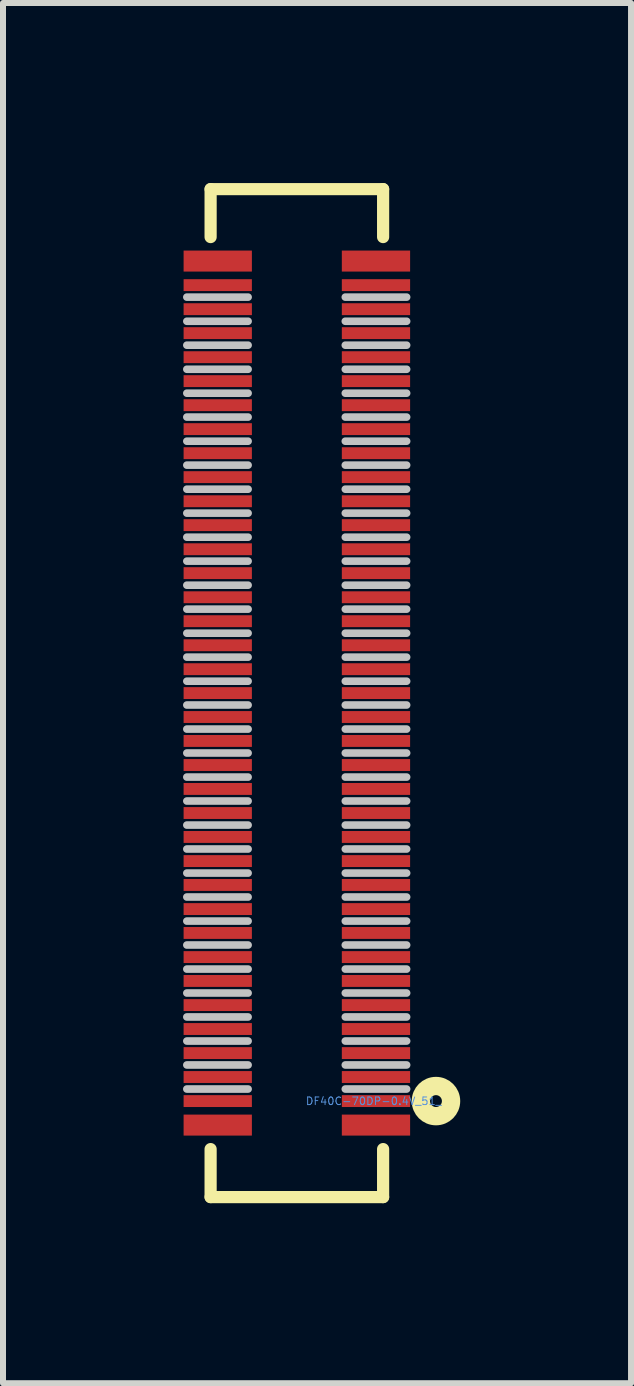
<source format=kicad_pcb>
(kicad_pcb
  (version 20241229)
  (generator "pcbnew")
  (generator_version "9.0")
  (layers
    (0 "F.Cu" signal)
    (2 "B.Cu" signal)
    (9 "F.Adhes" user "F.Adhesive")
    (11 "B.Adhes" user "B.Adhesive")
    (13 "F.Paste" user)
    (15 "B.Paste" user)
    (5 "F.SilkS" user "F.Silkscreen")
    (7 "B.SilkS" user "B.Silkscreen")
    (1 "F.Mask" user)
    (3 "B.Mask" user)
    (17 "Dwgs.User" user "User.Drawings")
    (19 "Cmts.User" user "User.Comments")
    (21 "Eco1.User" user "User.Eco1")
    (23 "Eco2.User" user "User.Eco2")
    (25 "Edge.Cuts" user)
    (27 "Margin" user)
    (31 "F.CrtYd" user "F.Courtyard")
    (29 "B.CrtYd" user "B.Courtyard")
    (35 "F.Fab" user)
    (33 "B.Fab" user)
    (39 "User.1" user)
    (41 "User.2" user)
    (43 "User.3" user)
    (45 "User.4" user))
  (footprint "DF40C-70DP-0.4V_51_"
    (layer "F.Cu")
    (at 3.216 15.301)
    (property "Reference" "DF40C-70DP-0.4V_51_" (at -0.038 0.00042 0) (layer "Cmts.User") (effects (font (size 0.127 0.127) (thickness 0.000001))))
    (attr through_hole)
    (fp_line (start -2.756 -15.199) (end -2.756 -14.4) (stroke (width 0.203) (type solid)) (layer "F.SilkS"))
    (fp_line (start -2.756 -15.199) (end 0.119 -15.199) (stroke (width 0.203) (type solid)) (layer "F.SilkS"))
    (fp_line (start -2.756 0.8) (end -2.756 1.6) (stroke (width 0.203) (type solid)) (layer "F.SilkS"))
    (fp_line (start 0.119 -15.199) (end 0.119 -14.4) (stroke (width 0.203) (type solid)) (layer "F.SilkS"))
    (fp_line (start 0.119 0.8) (end 0.119 1.6) (stroke (width 0.203) (type solid)) (layer "F.SilkS"))
    (fp_line (start 0.119 1.6) (end -2.756 1.6) (stroke (width 0.203) (type solid)) (layer "F.SilkS"))
    (fp_circle (center 1 0) (end 1 0.099) (stroke (width 0.305) (type solid)) (fill no) (layer "F.SilkS"))
    (fp_line (start -3.152 -13.399) (end -2.131 -13.399) (stroke (width 0.127) (type solid)) (layer "Dwgs.User"))
    (fp_line (start -3.152 -12.997) (end -2.131 -12.997) (stroke (width 0.127) (type solid)) (layer "Dwgs.User"))
    (fp_line (start -3.152 -12.598) (end -2.131 -12.598) (stroke (width 0.127) (type solid)) (layer "Dwgs.User"))
    (fp_line (start -3.152 -12.197) (end -2.131 -12.197) (stroke (width 0.127) (type solid)) (layer "Dwgs.User"))
    (fp_line (start -3.152 -11.798) (end -2.131 -11.798) (stroke (width 0.127) (type solid)) (layer "Dwgs.User"))
    (fp_line (start -3.152 -11.4) (end -2.131 -11.4) (stroke (width 0.127) (type solid)) (layer "Dwgs.User"))
    (fp_line (start -3.152 -10.998) (end -2.131 -10.998) (stroke (width 0.127) (type solid)) (layer "Dwgs.User"))
    (fp_line (start -3.152 -10.599) (end -2.131 -10.599) (stroke (width 0.127) (type solid)) (layer "Dwgs.User"))
    (fp_line (start -3.152 -10.198) (end -2.131 -10.198) (stroke (width 0.127) (type solid)) (layer "Dwgs.User"))
    (fp_line (start -3.152 -9.799) (end -2.131 -9.799) (stroke (width 0.127) (type solid)) (layer "Dwgs.User"))
    (fp_line (start -3.152 -9.398) (end -2.131 -9.398) (stroke (width 0.127) (type solid)) (layer "Dwgs.User"))
    (fp_line (start -3.152 -8.999) (end -2.131 -8.999) (stroke (width 0.127) (type solid)) (layer "Dwgs.User"))
    (fp_line (start -3.152 -8.598) (end -2.131 -8.598) (stroke (width 0.127) (type solid)) (layer "Dwgs.User"))
    (fp_line (start -3.152 -8.199) (end -2.131 -8.199) (stroke (width 0.127) (type solid)) (layer "Dwgs.User"))
    (fp_line (start -3.152 -7.798) (end -2.131 -7.798) (stroke (width 0.127) (type solid)) (layer "Dwgs.User"))
    (fp_line (start -3.152 -7.399) (end -2.131 -7.399) (stroke (width 0.127) (type solid)) (layer "Dwgs.User"))
    (fp_line (start -3.152 -6.998) (end -2.131 -6.998) (stroke (width 0.127) (type solid)) (layer "Dwgs.User"))
    (fp_line (start -3.152 -6.601) (end -2.131 -6.601) (stroke (width 0.127) (type solid)) (layer "Dwgs.User"))
    (fp_line (start -3.152 -6.2) (end -2.131 -6.2) (stroke (width 0.127) (type solid)) (layer "Dwgs.User"))
    (fp_line (start -3.152 -5.801) (end -2.131 -5.801) (stroke (width 0.127) (type solid)) (layer "Dwgs.User"))
    (fp_line (start -3.152 -5.4) (end -2.131 -5.4) (stroke (width 0.127) (type solid)) (layer "Dwgs.User"))
    (fp_line (start -3.152 -5.001) (end -2.131 -5.001) (stroke (width 0.127) (type solid)) (layer "Dwgs.User"))
    (fp_line (start -3.152 -4.6) (end -2.131 -4.6) (stroke (width 0.127) (type solid)) (layer "Dwgs.User"))
    (fp_line (start -3.152 -4.201) (end -2.131 -4.201) (stroke (width 0.127) (type solid)) (layer "Dwgs.User"))
    (fp_line (start -3.152 -3.8) (end -2.131 -3.8) (stroke (width 0.127) (type solid)) (layer "Dwgs.User"))
    (fp_line (start -3.152 -3.401) (end -2.131 -3.401) (stroke (width 0.127) (type solid)) (layer "Dwgs.User"))
    (fp_line (start -3.152 -3) (end -2.131 -3) (stroke (width 0.127) (type solid)) (layer "Dwgs.User"))
    (fp_line (start -3.152 -2.601) (end -2.131 -2.601) (stroke (width 0.127) (type solid)) (layer "Dwgs.User"))
    (fp_line (start -3.152 -2.2) (end -2.131 -2.2) (stroke (width 0.127) (type solid)) (layer "Dwgs.User"))
    (fp_line (start -3.152 -1.801) (end -2.131 -1.801) (stroke (width 0.127) (type solid)) (layer "Dwgs.User"))
    (fp_line (start -3.152 -1.402) (end -2.131 -1.402) (stroke (width 0.127) (type solid)) (layer "Dwgs.User"))
    (fp_line (start -3.152 -1.001) (end -2.131 -1.001) (stroke (width 0.127) (type solid)) (layer "Dwgs.User"))
    (fp_line (start -3.152 -0.602) (end -2.131 -0.602) (stroke (width 0.127) (type solid)) (layer "Dwgs.User"))
    (fp_line (start -3.152 -0.201) (end -2.131 -0.201) (stroke (width 0.127) (type solid)) (layer "Dwgs.User"))
    (fp_line (start -0.511 -13.399) (end 0.511 -13.399) (stroke (width 0.127) (type solid)) (layer "Dwgs.User"))
    (fp_line (start -0.511 -12.997) (end 0.511 -12.997) (stroke (width 0.127) (type solid)) (layer "Dwgs.User"))
    (fp_line (start -0.511 -12.598) (end 0.511 -12.598) (stroke (width 0.127) (type solid)) (layer "Dwgs.User"))
    (fp_line (start -0.511 -12.197) (end 0.511 -12.197) (stroke (width 0.127) (type solid)) (layer "Dwgs.User"))
    (fp_line (start -0.511 -11.798) (end 0.511 -11.798) (stroke (width 0.127) (type solid)) (layer "Dwgs.User"))
    (fp_line (start -0.511 -11.4) (end 0.511 -11.4) (stroke (width 0.127) (type solid)) (layer "Dwgs.User"))
    (fp_line (start -0.511 -10.998) (end 0.511 -10.998) (stroke (width 0.127) (type solid)) (layer "Dwgs.User"))
    (fp_line (start -0.511 -10.599) (end 0.511 -10.599) (stroke (width 0.127) (type solid)) (layer "Dwgs.User"))
    (fp_line (start -0.511 -10.198) (end 0.511 -10.198) (stroke (width 0.127) (type solid)) (layer "Dwgs.User"))
    (fp_line (start -0.511 -9.799) (end 0.511 -9.799) (stroke (width 0.127) (type solid)) (layer "Dwgs.User"))
    (fp_line (start -0.511 -9.398) (end 0.511 -9.398) (stroke (width 0.127) (type solid)) (layer "Dwgs.User"))
    (fp_line (start -0.511 -8.999) (end 0.511 -8.999) (stroke (width 0.127) (type solid)) (layer "Dwgs.User"))
    (fp_line (start -0.511 -8.598) (end 0.511 -8.598) (stroke (width 0.127) (type solid)) (layer "Dwgs.User"))
    (fp_line (start -0.511 -8.199) (end 0.511 -8.199) (stroke (width 0.127) (type solid)) (layer "Dwgs.User"))
    (fp_line (start -0.511 -7.798) (end 0.511 -7.798) (stroke (width 0.127) (type solid)) (layer "Dwgs.User"))
    (fp_line (start -0.511 -7.399) (end 0.511 -7.399) (stroke (width 0.127) (type solid)) (layer "Dwgs.User"))
    (fp_line (start -0.511 -6.998) (end 0.511 -6.998) (stroke (width 0.127) (type solid)) (layer "Dwgs.User"))
    (fp_line (start -0.511 -6.601) (end 0.511 -6.601) (stroke (width 0.127) (type solid)) (layer "Dwgs.User"))
    (fp_line (start -0.511 -6.2) (end 0.511 -6.2) (stroke (width 0.127) (type solid)) (layer "Dwgs.User"))
    (fp_line (start -0.511 -5.801) (end 0.511 -5.801) (stroke (width 0.127) (type solid)) (layer "Dwgs.User"))
    (fp_line (start -0.511 -5.4) (end 0.511 -5.4) (stroke (width 0.127) (type solid)) (layer "Dwgs.User"))
    (fp_line (start -0.511 -5.001) (end 0.511 -5.001) (stroke (width 0.127) (type solid)) (layer "Dwgs.User"))
    (fp_line (start -0.511 -4.6) (end 0.511 -4.6) (stroke (width 0.127) (type solid)) (layer "Dwgs.User"))
    (fp_line (start -0.511 -4.201) (end 0.511 -4.201) (stroke (width 0.127) (type solid)) (layer "Dwgs.User"))
    (fp_line (start -0.511 -3.8) (end 0.511 -3.8) (stroke (width 0.127) (type solid)) (layer "Dwgs.User"))
    (fp_line (start -0.511 -3.401) (end 0.511 -3.401) (stroke (width 0.127) (type solid)) (layer "Dwgs.User"))
    (fp_line (start -0.511 -3) (end 0.511 -3) (stroke (width 0.127) (type solid)) (layer "Dwgs.User"))
    (fp_line (start -0.511 -2.601) (end 0.511 -2.601) (stroke (width 0.127) (type solid)) (layer "Dwgs.User"))
    (fp_line (start -0.511 -2.2) (end 0.511 -2.2) (stroke (width 0.127) (type solid)) (layer "Dwgs.User"))
    (fp_line (start -0.511 -1.801) (end 0.511 -1.801) (stroke (width 0.127) (type solid)) (layer "Dwgs.User"))
    (fp_line (start -0.511 -1.402) (end 0.511 -1.402) (stroke (width 0.127) (type solid)) (layer "Dwgs.User"))
    (fp_line (start -0.511 -1.001) (end 0.511 -1.001) (stroke (width 0.127) (type solid)) (layer "Dwgs.User"))
    (fp_line (start -0.511 -0.602) (end 0.511 -0.602) (stroke (width 0.127) (type solid)) (layer "Dwgs.User"))
    (fp_line (start -0.511 -0.201) (end 0.511 -0.201) (stroke (width 0.127) (type solid)) (layer "Dwgs.User"))
    (pad "" smd rect (at -2.637 -14 270) (size 0.35 1.138) (layers "F.Cu" "F.Mask" "F.Paste"))
    (pad "" smd rect (at -2.637 0.4 270) (size 0.35 1.138) (layers "F.Cu" "F.Mask" "F.Paste"))
    (pad "" smd rect (at 0 -14 270) (size 0.35 1.138) (layers "F.Cu" "F.Mask" "F.Paste"))
    (pad "" smd rect (at 0 0.4 270) (size 0.35 1.138) (layers "F.Cu" "F.Mask" "F.Paste"))
    (pad "1" smd rect (at 0 0 270) (size 0.198 1.138) (layers "F.Cu" "F.Mask" "F.Paste"))
    (pad "2" smd rect (at -2.637 0 270) (size 0.198 1.138) (layers "F.Cu" "F.Mask" "F.Paste"))
    (pad "3" smd rect (at 0 -0.401 270) (size 0.198 1.138) (layers "F.Cu" "F.Mask" "F.Paste"))
    (pad "4" smd rect (at -2.637 -0.401 270) (size 0.198 1.138) (layers "F.Cu" "F.Mask" "F.Paste"))
    (pad "5" smd rect (at 0 -0.8 270) (size 0.198 1.138) (layers "F.Cu" "F.Mask" "F.Paste"))
    (pad "6" smd rect (at -2.637 -0.8 270) (size 0.198 1.138) (layers "F.Cu" "F.Mask" "F.Paste"))
    (pad "7" smd rect (at 0 -1.201 270) (size 0.198 1.138) (layers "F.Cu" "F.Mask" "F.Paste"))
    (pad "8" smd rect (at -2.637 -1.201 270) (size 0.198 1.138) (layers "F.Cu" "F.Mask" "F.Paste"))
    (pad "9" smd rect (at 0 -1.6 270) (size 0.198 1.138) (layers "F.Cu" "F.Mask" "F.Paste"))
    (pad "10" smd rect (at -2.637 -1.6 270) (size 0.198 1.138) (layers "F.Cu" "F.Mask" "F.Paste"))
    (pad "11" smd rect (at 0 -2.002 270) (size 0.198 1.138) (layers "F.Cu" "F.Mask" "F.Paste"))
    (pad "12" smd rect (at -2.637 -2.002 270) (size 0.198 1.138) (layers "F.Cu" "F.Mask" "F.Paste"))
    (pad "13" smd rect (at 0 -2.4 270) (size 0.198 1.138) (layers "F.Cu" "F.Mask" "F.Paste"))
    (pad "14" smd rect (at -2.637 -2.4 270) (size 0.198 1.138) (layers "F.Cu" "F.Mask" "F.Paste"))
    (pad "15" smd rect (at 0 -2.802 270) (size 0.198 1.138) (layers "F.Cu" "F.Mask" "F.Paste"))
    (pad "16" smd rect (at -2.637 -2.802 270) (size 0.198 1.138) (layers "F.Cu" "F.Mask" "F.Paste"))
    (pad "17" smd rect (at 0 -3.2 270) (size 0.198 1.138) (layers "F.Cu" "F.Mask" "F.Paste"))
    (pad "18" smd rect (at -2.637 -3.2 270) (size 0.198 1.138) (layers "F.Cu" "F.Mask" "F.Paste"))
    (pad "19" smd rect (at 0 -3.602 270) (size 0.198 1.138) (layers "F.Cu" "F.Mask" "F.Paste"))
    (pad "20" smd rect (at -2.637 -3.602 270) (size 0.198 1.138) (layers "F.Cu" "F.Mask" "F.Paste"))
    (pad "21" smd rect (at 0 -4 270) (size 0.198 1.138) (layers "F.Cu" "F.Mask" "F.Paste"))
    (pad "22" smd rect (at -2.637 -4 270) (size 0.198 1.138) (layers "F.Cu" "F.Mask" "F.Paste"))
    (pad "23" smd rect (at 0 -4.402 270) (size 0.198 1.138) (layers "F.Cu" "F.Mask" "F.Paste"))
    (pad "24" smd rect (at -2.637 -4.402 270) (size 0.198 1.138) (layers "F.Cu" "F.Mask" "F.Paste"))
    (pad "25" smd rect (at 0 -4.801 270) (size 0.198 1.138) (layers "F.Cu" "F.Mask" "F.Paste"))
    (pad "26" smd rect (at -2.637 -4.801 270) (size 0.198 1.138) (layers "F.Cu" "F.Mask" "F.Paste"))
    (pad "27" smd rect (at 0 -5.202 270) (size 0.198 1.138) (layers "F.Cu" "F.Mask" "F.Paste"))
    (pad "28" smd rect (at -2.637 -5.202 270) (size 0.198 1.138) (layers "F.Cu" "F.Mask" "F.Paste"))
    (pad "29" smd rect (at 0 -5.601 270) (size 0.198 1.138) (layers "F.Cu" "F.Mask" "F.Paste"))
    (pad "30" smd rect (at -2.637 -5.601 270) (size 0.198 1.138) (layers "F.Cu" "F.Mask" "F.Paste"))
    (pad "31" smd rect (at 0 -6.002 270) (size 0.198 1.138) (layers "F.Cu" "F.Mask" "F.Paste"))
    (pad "32" smd rect (at -2.637 -6.002 270) (size 0.198 1.138) (layers "F.Cu" "F.Mask" "F.Paste"))
    (pad "33" smd rect (at 0 -6.401 270) (size 0.198 1.138) (layers "F.Cu" "F.Mask" "F.Paste"))
    (pad "34" smd rect (at -2.637 -6.401 270) (size 0.198 1.138) (layers "F.Cu" "F.Mask" "F.Paste"))
    (pad "35" smd rect (at 0 -6.8 270) (size 0.198 1.138) (layers "F.Cu" "F.Mask" "F.Paste"))
    (pad "36" smd rect (at -2.637 -6.8 270) (size 0.198 1.138) (layers "F.Cu" "F.Mask" "F.Paste"))
    (pad "37" smd rect (at 0 -7.198 270) (size 0.198 1.138) (layers "F.Cu" "F.Mask" "F.Paste"))
    (pad "38" smd rect (at -2.637 -7.198 270) (size 0.198 1.138) (layers "F.Cu" "F.Mask" "F.Paste"))
    (pad "39" smd rect (at 0 -7.597 270) (size 0.198 1.138) (layers "F.Cu" "F.Mask" "F.Paste"))
    (pad "40" smd rect (at -2.637 -7.597 270) (size 0.198 1.138) (layers "F.Cu" "F.Mask" "F.Paste"))
    (pad "41" smd rect (at 0 -7.998 270) (size 0.198 1.138) (layers "F.Cu" "F.Mask" "F.Paste"))
    (pad "42" smd rect (at -2.637 -7.998 270) (size 0.198 1.138) (layers "F.Cu" "F.Mask" "F.Paste"))
    (pad "43" smd rect (at 0 -8.397 270) (size 0.198 1.138) (layers "F.Cu" "F.Mask" "F.Paste"))
    (pad "44" smd rect (at -2.637 -8.397 270) (size 0.198 1.138) (layers "F.Cu" "F.Mask" "F.Paste"))
    (pad "45" smd rect (at 0 -8.799 270) (size 0.198 1.138) (layers "F.Cu" "F.Mask" "F.Paste"))
    (pad "46" smd rect (at -2.637 -8.799 270) (size 0.198 1.138) (layers "F.Cu" "F.Mask" "F.Paste"))
    (pad "47" smd rect (at 0 -9.197 270) (size 0.198 1.138) (layers "F.Cu" "F.Mask" "F.Paste"))
    (pad "48" smd rect (at -2.637 -9.197 270) (size 0.198 1.138) (layers "F.Cu" "F.Mask" "F.Paste"))
    (pad "49" smd rect (at 0 -9.599 270) (size 0.198 1.138) (layers "F.Cu" "F.Mask" "F.Paste"))
    (pad "50" smd rect (at -2.637 -9.599 270) (size 0.198 1.138) (layers "F.Cu" "F.Mask" "F.Paste"))
    (pad "51" smd rect (at 0 -9.997 270) (size 0.198 1.138) (layers "F.Cu" "F.Mask" "F.Paste"))
    (pad "52" smd rect (at -2.637 -9.997 270) (size 0.198 1.138) (layers "F.Cu" "F.Mask" "F.Paste"))
    (pad "53" smd rect (at 0 -10.399 270) (size 0.198 1.138) (layers "F.Cu" "F.Mask" "F.Paste"))
    (pad "54" smd rect (at -2.637 -10.399 270) (size 0.198 1.138) (layers "F.Cu" "F.Mask" "F.Paste"))
    (pad "55" smd rect (at 0 -10.798 270) (size 0.198 1.138) (layers "F.Cu" "F.Mask" "F.Paste"))
    (pad "56" smd rect (at -2.637 -10.798 270) (size 0.198 1.138) (layers "F.Cu" "F.Mask" "F.Paste"))
    (pad "57" smd rect (at 0 -11.199 270) (size 0.198 1.138) (layers "F.Cu" "F.Mask" "F.Paste"))
    (pad "58" smd rect (at -2.637 -11.199 270) (size 0.198 1.138) (layers "F.Cu" "F.Mask" "F.Paste"))
    (pad "59" smd rect (at 0 -11.598 270) (size 0.198 1.138) (layers "F.Cu" "F.Mask" "F.Paste"))
    (pad "60" smd rect (at -2.637 -11.598 270) (size 0.198 1.138) (layers "F.Cu" "F.Mask" "F.Paste"))
    (pad "61" smd rect (at 0 -11.999 270) (size 0.198 1.138) (layers "F.Cu" "F.Mask" "F.Paste"))
    (pad "62" smd rect (at -2.637 -11.999 270) (size 0.198 1.138) (layers "F.Cu" "F.Mask" "F.Paste"))
    (pad "63" smd rect (at 0 -12.398 270) (size 0.198 1.138) (layers "F.Cu" "F.Mask" "F.Paste"))
    (pad "64" smd rect (at -2.637 -12.398 270) (size 0.198 1.138) (layers "F.Cu" "F.Mask" "F.Paste"))
    (pad "65" smd rect (at 0 -12.799 270) (size 0.198 1.138) (layers "F.Cu" "F.Mask" "F.Paste"))
    (pad "66" smd rect (at -2.637 -12.799 270) (size 0.198 1.138) (layers "F.Cu" "F.Mask" "F.Paste"))
    (pad "67" smd rect (at 0 -13.198 270) (size 0.198 1.138) (layers "F.Cu" "F.Mask" "F.Paste"))
    (pad "68" smd rect (at -2.637 -13.198 270) (size 0.198 1.138) (layers "F.Cu" "F.Mask" "F.Paste"))
    (pad "69" smd rect (at 0 -13.599 270) (size 0.198 1.138) (layers "F.Cu" "F.Mask" "F.Paste"))
    (pad "70" smd rect (at -2.637 -13.599 270) (size 0.198 1.138) (layers "F.Cu" "F.Mask" "F.Paste")))
  (gr_rect
    (start -3 -3)
    (end 7.467 20.003)
    (stroke (width 0.1) (type default))
    (fill no)
    (layer "Edge.Cuts")))
</source>
